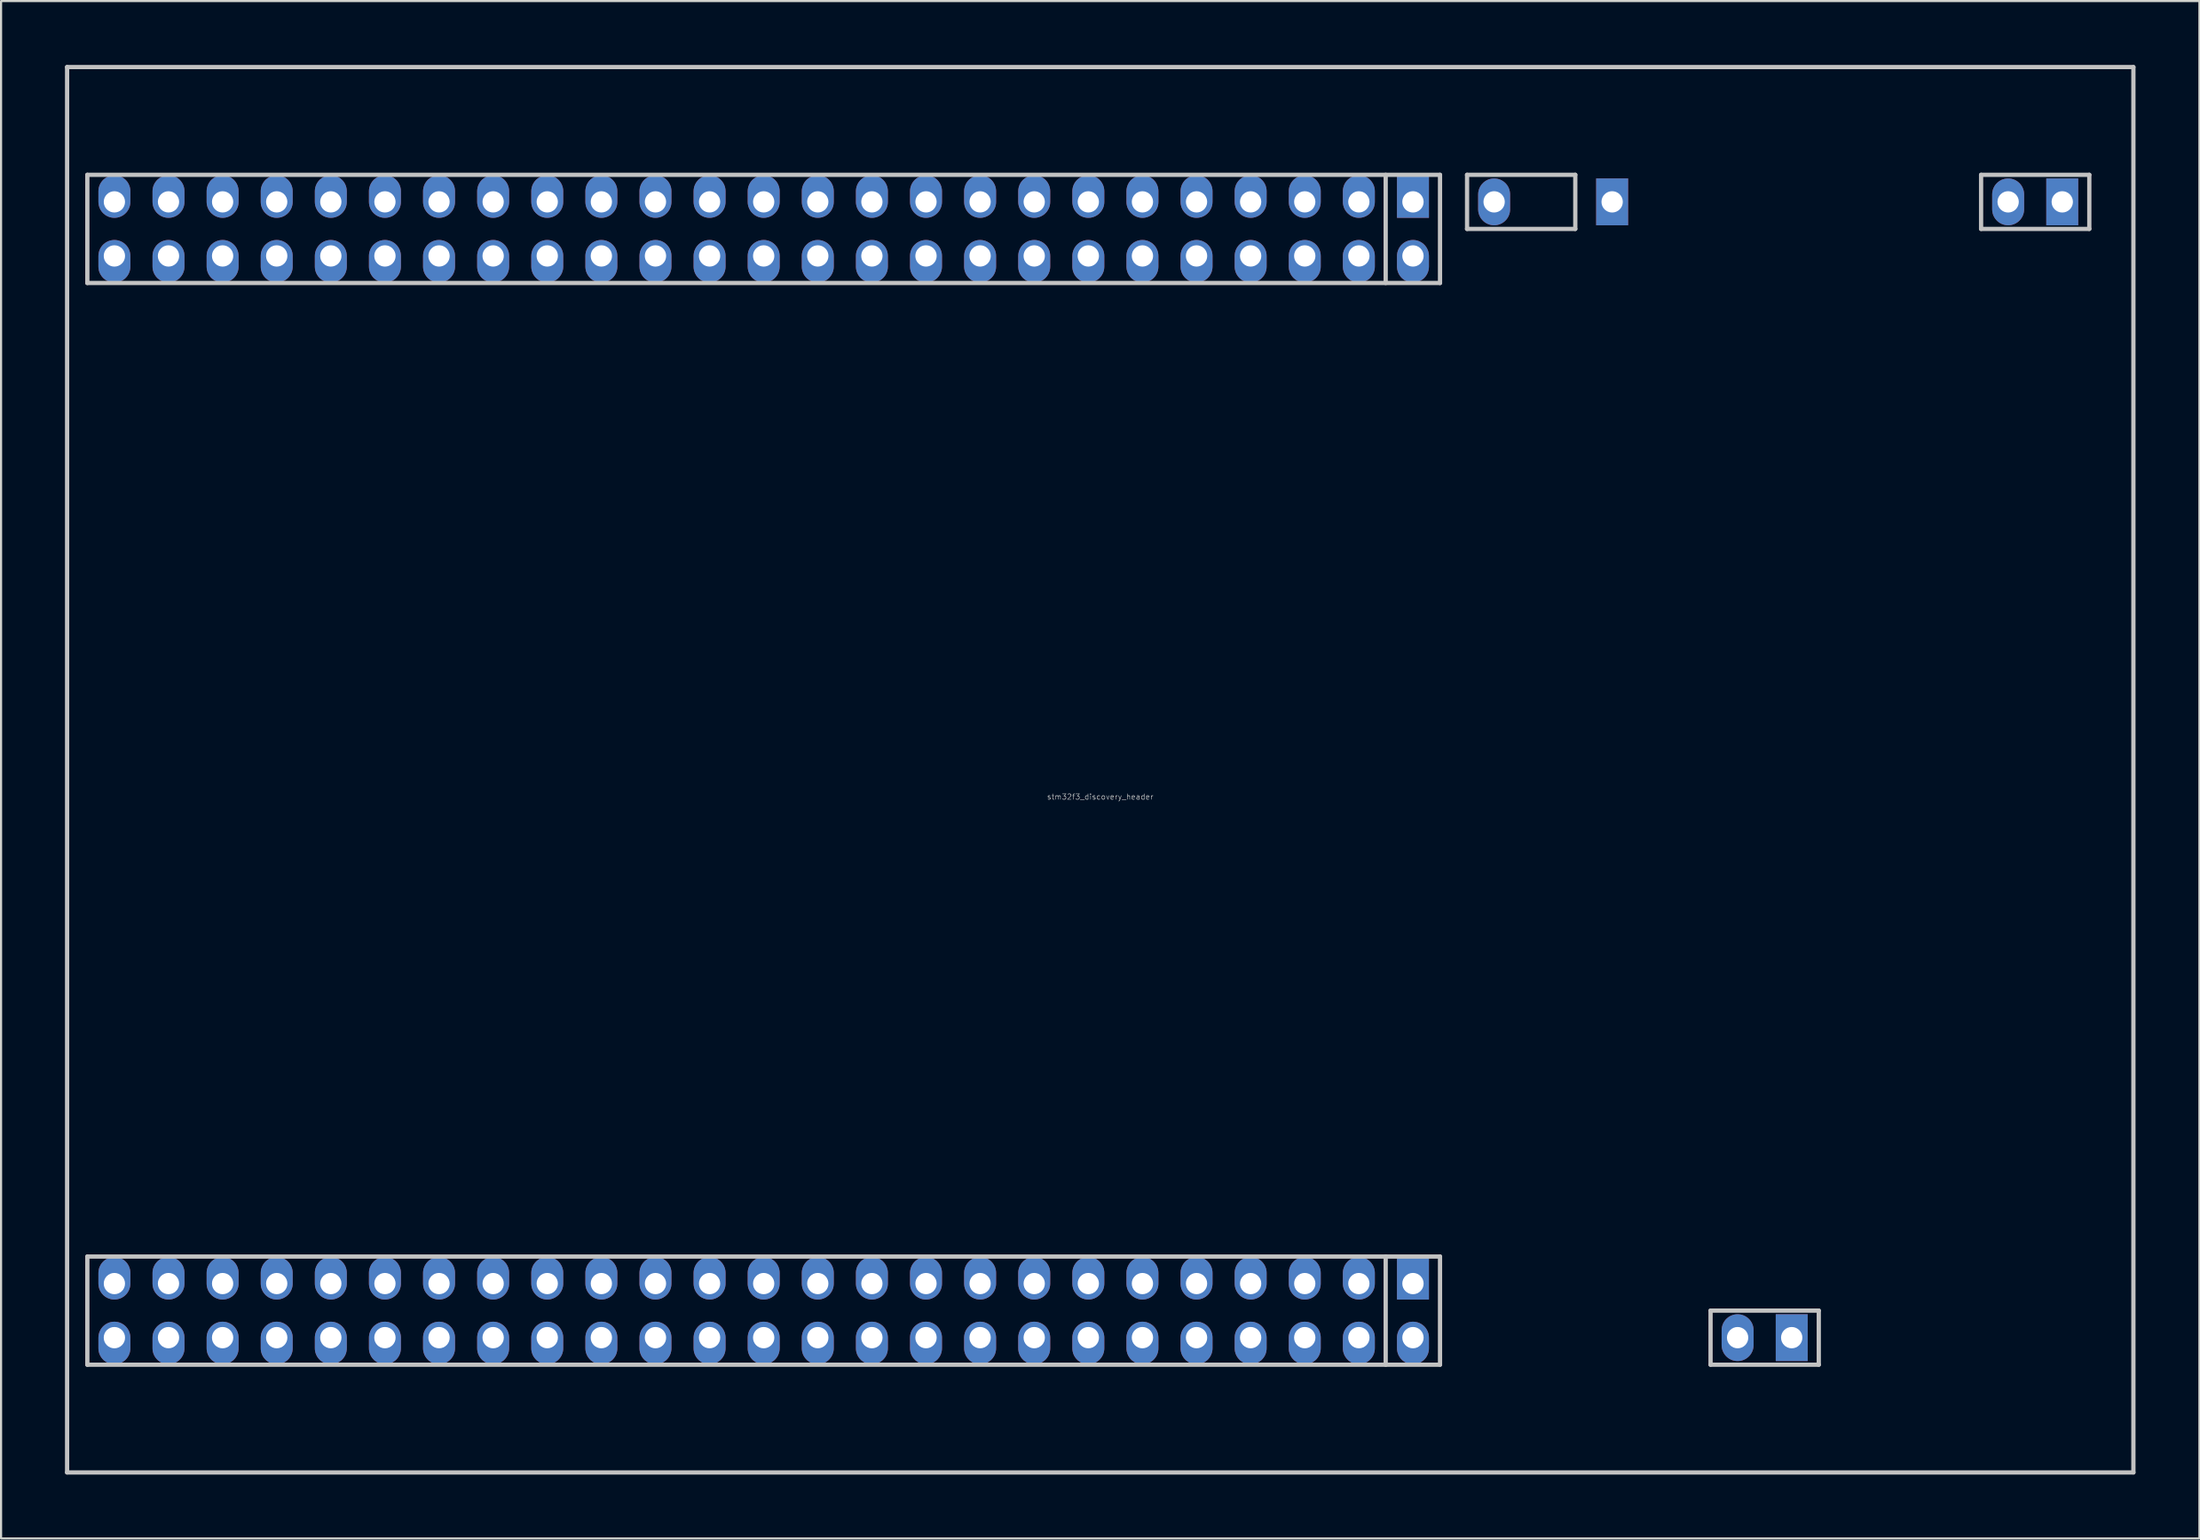
<source format=kicad_pcb>
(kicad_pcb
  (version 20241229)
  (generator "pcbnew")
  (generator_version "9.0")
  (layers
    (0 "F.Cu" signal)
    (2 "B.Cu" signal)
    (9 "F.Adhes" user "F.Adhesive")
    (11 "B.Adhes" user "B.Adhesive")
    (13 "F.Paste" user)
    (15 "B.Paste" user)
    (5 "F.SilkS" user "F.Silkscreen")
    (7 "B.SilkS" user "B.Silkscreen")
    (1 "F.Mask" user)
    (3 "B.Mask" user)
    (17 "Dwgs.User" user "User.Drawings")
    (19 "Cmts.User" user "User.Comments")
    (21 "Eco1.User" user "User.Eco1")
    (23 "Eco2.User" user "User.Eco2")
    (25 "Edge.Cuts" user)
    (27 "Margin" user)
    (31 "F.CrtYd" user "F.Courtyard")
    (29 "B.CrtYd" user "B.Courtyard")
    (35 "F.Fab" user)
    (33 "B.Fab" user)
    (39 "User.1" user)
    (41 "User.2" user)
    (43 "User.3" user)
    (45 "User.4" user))
  (footprint "stm32f3_discovery_header"
    (layer "F.Cu")
    (at 48.6 33.1)
    (property "Reference" "stm32f3_discovery_header" (at 0 1.27 0) (layer "Dwgs.User") (effects (font (size 0.254 0.254) (thickness 0.025))))
    (attr through_hole)
    (fp_line (start -48.5 33) (end -48.5 -33) (stroke (width 0.2) (type solid)) (layer "Dwgs.User"))
    (fp_line (start -48.5 33) (end 48.5 33) (stroke (width 0.2) (type solid)) (layer "Dwgs.User"))
    (fp_line (start -47.55 -27.94) (end -47.55 -22.86) (stroke (width 0.2) (type solid)) (layer "Dwgs.User"))
    (fp_line (start -47.55 -27.94) (end 15.95 -27.94) (stroke (width 0.2) (type solid)) (layer "Dwgs.User"))
    (fp_line (start -47.55 -22.86) (end 15.95 -22.86) (stroke (width 0.2) (type solid)) (layer "Dwgs.User"))
    (fp_line (start -47.55 22.86) (end -47.55 27.94) (stroke (width 0.2) (type solid)) (layer "Dwgs.User"))
    (fp_line (start -47.55 22.86) (end 15.95 22.86) (stroke (width 0.2) (type solid)) (layer "Dwgs.User"))
    (fp_line (start -47.55 27.94) (end 15.95 27.94) (stroke (width 0.2) (type solid)) (layer "Dwgs.User"))
    (fp_line (start 13.399 -27.94) (end 13.399 -22.86) (stroke (width 0.2) (type solid)) (layer "Dwgs.User"))
    (fp_line (start 13.399 22.86) (end 13.399 27.94) (stroke (width 0.2) (type solid)) (layer "Dwgs.User"))
    (fp_line (start 15.95 -27.94) (end 15.95 -22.86) (stroke (width 0.2) (type solid)) (layer "Dwgs.User"))
    (fp_line (start 15.95 22.86) (end 15.95 27.94) (stroke (width 0.2) (type solid)) (layer "Dwgs.User"))
    (fp_line (start 17.22 -27.94) (end 17.22 -25.4) (stroke (width 0.2) (type solid)) (layer "Dwgs.User"))
    (fp_line (start 17.22 -25.4) (end 22.3 -25.4) (stroke (width 0.2) (type solid)) (layer "Dwgs.User"))
    (fp_line (start 22.3 -27.94) (end 17.22 -27.94) (stroke (width 0.2) (type solid)) (layer "Dwgs.User"))
    (fp_line (start 22.3 -25.4) (end 22.3 -27.94) (stroke (width 0.2) (type solid)) (layer "Dwgs.User"))
    (fp_line (start 28.65 25.4) (end 28.65 27.94) (stroke (width 0.2) (type solid)) (layer "Dwgs.User"))
    (fp_line (start 28.65 27.94) (end 33.73 27.94) (stroke (width 0.2) (type solid)) (layer "Dwgs.User"))
    (fp_line (start 33.73 25.4) (end 28.65 25.4) (stroke (width 0.2) (type solid)) (layer "Dwgs.User"))
    (fp_line (start 33.73 27.94) (end 33.73 25.4) (stroke (width 0.2) (type solid)) (layer "Dwgs.User"))
    (fp_line (start 41.35 -27.94) (end 41.35 -25.4) (stroke (width 0.2) (type solid)) (layer "Dwgs.User"))
    (fp_line (start 41.35 -25.4) (end 46.43 -25.4) (stroke (width 0.2) (type solid)) (layer "Dwgs.User"))
    (fp_line (start 46.43 -27.94) (end 41.35 -27.94) (stroke (width 0.2) (type solid)) (layer "Dwgs.User"))
    (fp_line (start 46.43 -25.4) (end 46.43 -27.94) (stroke (width 0.2) (type solid)) (layer "Dwgs.User"))
    (fp_line (start 48.5 -33) (end -48.5 -33) (stroke (width 0.2) (type solid)) (layer "Dwgs.User"))
    (fp_line (start 48.5 33) (end 48.5 -33) (stroke (width 0.2) (type solid)) (layer "Dwgs.User"))
    (pad "1" thru_hole rect (at 14.68 -26.67) (size 1.5 2) (drill 1.001 (offset 0 -0.25)) (layers "*.Cu" "*.Mask"))
    (pad "2" thru_hole oval (at 14.68 -24.13) (size 1.5 2) (drill 1.001 (offset 0 0.25)) (layers "*.Cu" "*.Mask"))
    (pad "3" thru_hole oval (at 12.14 -26.67) (size 1.5 2) (drill 0.998 (offset 0 -0.25)) (layers "*.Cu" "*.Mask"))
    (pad "3" thru_hole oval (at 42.62 -26.67) (size 1.5 2.2) (drill 1.001) (layers "*.Cu" "*.Mask"))
    (pad "3" thru_hole rect (at 45.16 -26.67) (size 1.5 2.2) (drill 1.001) (layers "*.Cu" "*.Mask"))
    (pad "4" thru_hole oval (at 12.14 -24.13) (size 1.5 2) (drill 1.001 (offset 0 0.25)) (layers "*.Cu" "*.Mask"))
    (pad "5" thru_hole oval (at 9.6 -26.67) (size 1.5 2) (drill 0.998 (offset 0 -0.25)) (layers "*.Cu" "*.Mask"))
    (pad "6" thru_hole oval (at 9.6 -24.13) (size 1.5 2) (drill 1.001 (offset 0 0.25)) (layers "*.Cu" "*.Mask"))
    (pad "7" thru_hole oval (at 7.06 -26.67) (size 1.5 2) (drill 0.998 (offset 0 -0.25)) (layers "*.Cu" "*.Mask"))
    (pad "8" thru_hole oval (at 7.06 -24.13) (size 1.5 2) (drill 1.001 (offset 0 0.25)) (layers "*.Cu" "*.Mask"))
    (pad "9" thru_hole oval (at 4.52 -26.67) (size 1.5 2) (drill 0.998 (offset 0 -0.25)) (layers "*.Cu" "*.Mask"))
    (pad "10" thru_hole oval (at 4.52 -24.13) (size 1.5 2) (drill 1.001 (offset 0 0.25)) (layers "*.Cu" "*.Mask"))
    (pad "11" thru_hole oval (at 1.98 -26.67) (size 1.5 2) (drill 0.998 (offset 0 -0.25)) (layers "*.Cu" "*.Mask"))
    (pad "12" thru_hole oval (at 1.98 -24.13) (size 1.5 2) (drill 1.001 (offset 0 0.25)) (layers "*.Cu" "*.Mask"))
    (pad "13" thru_hole oval (at -0.56 -26.67) (size 1.5 2) (drill 0.998 (offset 0 -0.25)) (layers "*.Cu" "*.Mask"))
    (pad "14" thru_hole oval (at -0.56 -24.13) (size 1.5 2) (drill 1.001 (offset 0 0.25)) (layers "*.Cu" "*.Mask"))
    (pad "15" thru_hole oval (at -3.1 -26.67) (size 1.5 2) (drill 0.998 (offset 0 -0.25)) (layers "*.Cu" "*.Mask"))
    (pad "16" thru_hole oval (at -3.1 -24.13) (size 1.5 2) (drill 1.001 (offset 0 0.25)) (layers "*.Cu" "*.Mask"))
    (pad "17" thru_hole oval (at -5.64 -26.67) (size 1.5 2) (drill 0.998 (offset 0 -0.25)) (layers "*.Cu" "*.Mask"))
    (pad "18" thru_hole oval (at -5.64 -24.13) (size 1.5 2) (drill 1.001 (offset 0 0.25)) (layers "*.Cu" "*.Mask"))
    (pad "19" thru_hole oval (at -8.18 -26.67) (size 1.5 2) (drill 0.998 (offset 0 -0.25)) (layers "*.Cu" "*.Mask"))
    (pad "20" thru_hole oval (at -8.18 -24.13) (size 1.5 2) (drill 1.001 (offset 0 0.25)) (layers "*.Cu" "*.Mask"))
    (pad "21" thru_hole oval (at -10.72 -26.67) (size 1.5 2) (drill 0.998 (offset 0 -0.25)) (layers "*.Cu" "*.Mask"))
    (pad "22" thru_hole oval (at -10.72 -24.13) (size 1.5 2) (drill 1.001 (offset 0 0.25)) (layers "*.Cu" "*.Mask"))
    (pad "23" thru_hole oval (at -13.26 -26.67) (size 1.5 2) (drill 0.998 (offset 0 -0.25)) (layers "*.Cu" "*.Mask"))
    (pad "24" thru_hole oval (at -13.26 -24.13) (size 1.5 2) (drill 1.001 (offset 0 0.25)) (layers "*.Cu" "*.Mask"))
    (pad "25" thru_hole oval (at -15.8 -26.67) (size 1.5 2) (drill 0.998 (offset 0 -0.25)) (layers "*.Cu" "*.Mask"))
    (pad "26" thru_hole oval (at -15.8 -24.13) (size 1.5 2) (drill 1.001 (offset 0 0.25)) (layers "*.Cu" "*.Mask"))
    (pad "27" thru_hole oval (at -18.34 -26.67) (size 1.5 2) (drill 0.998 (offset 0 -0.25)) (layers "*.Cu" "*.Mask"))
    (pad "28" thru_hole oval (at -18.34 -24.13) (size 1.5 2) (drill 1.001 (offset 0 0.25)) (layers "*.Cu" "*.Mask"))
    (pad "29" thru_hole oval (at -20.88 -26.67) (size 1.5 2) (drill 0.998 (offset 0 -0.25)) (layers "*.Cu" "*.Mask"))
    (pad "30" thru_hole oval (at -20.88 -24.13) (size 1.5 2) (drill 1.001 (offset 0 0.25)) (layers "*.Cu" "*.Mask"))
    (pad "31" thru_hole oval (at -23.42 -26.67) (size 1.5 2) (drill 0.998 (offset 0 -0.25)) (layers "*.Cu" "*.Mask"))
    (pad "32" thru_hole oval (at -23.42 -24.13) (size 1.5 2) (drill 1.001 (offset 0 0.25)) (layers "*.Cu" "*.Mask"))
    (pad "33" thru_hole oval (at -25.96 -26.67) (size 1.5 2) (drill 0.998 (offset 0 -0.25)) (layers "*.Cu" "*.Mask"))
    (pad "34" thru_hole oval (at -25.96 -24.13) (size 1.5 2) (drill 1.001 (offset 0 0.25)) (layers "*.Cu" "*.Mask"))
    (pad "35" thru_hole oval (at -28.5 -26.67) (size 1.5 2) (drill 0.998 (offset 0 -0.25)) (layers "*.Cu" "*.Mask"))
    (pad "36" thru_hole oval (at -28.5 -24.13) (size 1.5 2) (drill 1.001 (offset 0 0.25)) (layers "*.Cu" "*.Mask"))
    (pad "37" thru_hole oval (at -31.04 -26.67) (size 1.5 2) (drill 0.998 (offset 0 -0.25)) (layers "*.Cu" "*.Mask"))
    (pad "38" thru_hole oval (at -31.04 -24.13) (size 1.5 2) (drill 1.001 (offset 0 0.25)) (layers "*.Cu" "*.Mask"))
    (pad "39" thru_hole oval (at -33.58 -26.67) (size 1.5 2) (drill 0.998 (offset 0 -0.25)) (layers "*.Cu" "*.Mask"))
    (pad "40" thru_hole oval (at -33.58 -24.13) (size 1.5 2) (drill 1.001 (offset 0 0.25)) (layers "*.Cu" "*.Mask"))
    (pad "41" thru_hole oval (at -36.12 -26.67) (size 1.5 2) (drill 0.998 (offset 0 -0.25)) (layers "*.Cu" "*.Mask"))
    (pad "42" thru_hole oval (at -36.12 -24.13) (size 1.5 2) (drill 1.001 (offset 0 0.25)) (layers "*.Cu" "*.Mask"))
    (pad "43" thru_hole oval (at -38.66 -26.67) (size 1.5 2) (drill 0.998 (offset 0 -0.25)) (layers "*.Cu" "*.Mask"))
    (pad "44" thru_hole oval (at -38.66 -24.13) (size 1.5 2) (drill 1.001 (offset 0 0.25)) (layers "*.Cu" "*.Mask"))
    (pad "45" thru_hole oval (at -41.2 -26.67) (size 1.5 2) (drill 0.998 (offset 0 -0.25)) (layers "*.Cu" "*.Mask"))
    (pad "46" thru_hole oval (at -41.2 -24.13) (size 1.5 2) (drill 1.001 (offset 0 0.25)) (layers "*.Cu" "*.Mask"))
    (pad "47" thru_hole oval (at -43.74 -26.67) (size 1.5 2) (drill 0.998 (offset 0 -0.25)) (layers "*.Cu" "*.Mask"))
    (pad "48" thru_hole oval (at -43.74 -24.13) (size 1.5 2) (drill 1.001 (offset 0 0.25)) (layers "*.Cu" "*.Mask"))
    (pad "49" thru_hole oval (at -46.28 -26.67) (size 1.5 2) (drill 0.998 (offset 0 -0.25)) (layers "*.Cu" "*.Mask"))
    (pad "49" thru_hole rect (at 24.03 -26.67) (size 1.5 2.2) (drill 1.001) (layers "*.Cu" "*.Mask"))
    (pad "50" thru_hole oval (at -46.28 -24.13) (size 1.5 2) (drill 1.001 (offset 0 0.25)) (layers "*.Cu" "*.Mask"))
    (pad "50" thru_hole oval (at 18.49 -26.67) (size 1.5 2.2) (drill 1.001) (layers "*.Cu" "*.Mask"))
    (pad "51" thru_hole oval (at -46.28 24.13) (size 1.5 2) (drill 0.998 (offset 0 -0.25)) (layers "*.Cu" "*.Mask"))
    (pad "51" thru_hole rect (at 32.46 26.67) (size 1.5 2.2) (drill 1.001) (layers "*.Cu" "*.Mask"))
    (pad "52" thru_hole oval (at -46.28 26.67) (size 1.5 2) (drill 1.001 (offset 0 0.25)) (layers "*.Cu" "*.Mask"))
    (pad "52" thru_hole oval (at 29.92 26.67) (size 1.5 2.2) (drill 1.001) (layers "*.Cu" "*.Mask"))
    (pad "53" thru_hole oval (at -43.74 24.13) (size 1.5 2) (drill 0.998 (offset 0 -0.25)) (layers "*.Cu" "*.Mask"))
    (pad "54" thru_hole oval (at -43.74 26.67) (size 1.5 2) (drill 1.001 (offset 0 0.25)) (layers "*.Cu" "*.Mask"))
    (pad "55" thru_hole oval (at -41.2 24.13) (size 1.5 2) (drill 0.998 (offset 0 -0.25)) (layers "*.Cu" "*.Mask"))
    (pad "56" thru_hole oval (at -41.2 26.67) (size 1.5 2) (drill 1.001 (offset 0 0.25)) (layers "*.Cu" "*.Mask"))
    (pad "57" thru_hole oval (at -38.66 24.13) (size 1.5 2) (drill 0.998 (offset 0 -0.25)) (layers "*.Cu" "*.Mask"))
    (pad "58" thru_hole oval (at -38.66 26.67) (size 1.5 2) (drill 1.001 (offset 0 0.25)) (layers "*.Cu" "*.Mask"))
    (pad "59" thru_hole oval (at -36.12 24.13) (size 1.5 2) (drill 0.998 (offset 0 -0.25)) (layers "*.Cu" "*.Mask"))
    (pad "60" thru_hole oval (at -36.12 26.67) (size 1.5 2) (drill 1.001 (offset 0 0.25)) (layers "*.Cu" "*.Mask"))
    (pad "61" thru_hole oval (at -33.58 24.13) (size 1.5 2) (drill 0.998 (offset 0 -0.25)) (layers "*.Cu" "*.Mask"))
    (pad "62" thru_hole oval (at -33.58 26.67) (size 1.5 2) (drill 1.001 (offset 0 0.25)) (layers "*.Cu" "*.Mask"))
    (pad "63" thru_hole oval (at -31.04 24.13) (size 1.5 2) (drill 0.998 (offset 0 -0.25)) (layers "*.Cu" "*.Mask"))
    (pad "64" thru_hole oval (at -31.04 26.67) (size 1.5 2) (drill 1.001 (offset 0 0.25)) (layers "*.Cu" "*.Mask"))
    (pad "65" thru_hole oval (at -28.5 24.13) (size 1.5 2) (drill 0.998 (offset 0 -0.25)) (layers "*.Cu" "*.Mask"))
    (pad "66" thru_hole oval (at -28.5 26.67) (size 1.5 2) (drill 1.001 (offset 0 0.25)) (layers "*.Cu" "*.Mask"))
    (pad "67" thru_hole oval (at -25.96 24.13) (size 1.5 2) (drill 0.998 (offset 0 -0.25)) (layers "*.Cu" "*.Mask"))
    (pad "68" thru_hole oval (at -25.96 26.67) (size 1.5 2) (drill 1.001 (offset 0 0.25)) (layers "*.Cu" "*.Mask"))
    (pad "69" thru_hole oval (at -23.42 24.13) (size 1.5 2) (drill 0.998 (offset 0 -0.25)) (layers "*.Cu" "*.Mask"))
    (pad "70" thru_hole oval (at -23.42 26.67) (size 1.5 2) (drill 1.001 (offset 0 0.25)) (layers "*.Cu" "*.Mask"))
    (pad "71" thru_hole oval (at -20.88 24.13) (size 1.5 2) (drill 0.998 (offset 0 -0.25)) (layers "*.Cu" "*.Mask"))
    (pad "72" thru_hole oval (at -20.88 26.67) (size 1.5 2) (drill 1.001 (offset 0 0.25)) (layers "*.Cu" "*.Mask"))
    (pad "73" thru_hole oval (at -18.34 24.13) (size 1.5 2) (drill 0.998 (offset 0 -0.25)) (layers "*.Cu" "*.Mask"))
    (pad "74" thru_hole oval (at -18.34 26.67) (size 1.5 2) (drill 1.001 (offset 0 0.25)) (layers "*.Cu" "*.Mask"))
    (pad "75" thru_hole oval (at -15.8 24.13) (size 1.5 2) (drill 0.998 (offset 0 -0.25)) (layers "*.Cu" "*.Mask"))
    (pad "76" thru_hole oval (at -15.8 26.67) (size 1.5 2) (drill 1.001 (offset 0 0.25)) (layers "*.Cu" "*.Mask"))
    (pad "77" thru_hole oval (at -13.26 24.13) (size 1.5 2) (drill 0.998 (offset 0 -0.25)) (layers "*.Cu" "*.Mask"))
    (pad "78" thru_hole oval (at -13.26 26.67) (size 1.5 2) (drill 1.001 (offset 0 0.25)) (layers "*.Cu" "*.Mask"))
    (pad "79" thru_hole oval (at -10.72 24.13) (size 1.5 2) (drill 0.998 (offset 0 -0.25)) (layers "*.Cu" "*.Mask"))
    (pad "80" thru_hole oval (at -10.72 26.67) (size 1.5 2) (drill 1.001 (offset 0 0.25)) (layers "*.Cu" "*.Mask"))
    (pad "81" thru_hole oval (at -8.18 24.13) (size 1.5 2) (drill 0.998 (offset 0 -0.25)) (layers "*.Cu" "*.Mask"))
    (pad "82" thru_hole oval (at -8.18 26.67) (size 1.5 2) (drill 1.001 (offset 0 0.25)) (layers "*.Cu" "*.Mask"))
    (pad "83" thru_hole oval (at -5.64 24.13) (size 1.5 2) (drill 0.998 (offset 0 -0.25)) (layers "*.Cu" "*.Mask"))
    (pad "84" thru_hole oval (at -5.64 26.67) (size 1.5 2) (drill 1.001 (offset 0 0.25)) (layers "*.Cu" "*.Mask"))
    (pad "85" thru_hole oval (at -3.1 24.13) (size 1.5 2) (drill 0.998 (offset 0 -0.25)) (layers "*.Cu" "*.Mask"))
    (pad "86" thru_hole oval (at -3.1 26.67) (size 1.5 2) (drill 1.001 (offset 0 0.25)) (layers "*.Cu" "*.Mask"))
    (pad "87" thru_hole oval (at -0.56 24.13) (size 1.5 2) (drill 0.998 (offset 0 -0.25)) (layers "*.Cu" "*.Mask"))
    (pad "88" thru_hole oval (at -0.56 26.67) (size 1.5 2) (drill 1.001 (offset 0 0.25)) (layers "*.Cu" "*.Mask"))
    (pad "89" thru_hole oval (at 1.98 24.13) (size 1.5 2) (drill 0.998 (offset 0 -0.25)) (layers "*.Cu" "*.Mask"))
    (pad "90" thru_hole oval (at 1.98 26.67) (size 1.5 2) (drill 1.001 (offset 0 0.25)) (layers "*.Cu" "*.Mask"))
    (pad "91" thru_hole oval (at 4.52 24.13) (size 1.5 2) (drill 0.998 (offset 0 -0.25)) (layers "*.Cu" "*.Mask"))
    (pad "92" thru_hole oval (at 4.52 26.67) (size 1.5 2) (drill 1.001 (offset 0 0.25)) (layers "*.Cu" "*.Mask"))
    (pad "93" thru_hole oval (at 7.06 24.13) (size 1.5 2) (drill 0.998 (offset 0 -0.25)) (layers "*.Cu" "*.Mask"))
    (pad "94" thru_hole oval (at 7.06 26.67) (size 1.5 2) (drill 1.001 (offset 0 0.25)) (layers "*.Cu" "*.Mask"))
    (pad "95" thru_hole oval (at 9.6 24.13) (size 1.5 2) (drill 0.998 (offset 0 -0.25)) (layers "*.Cu" "*.Mask"))
    (pad "96" thru_hole oval (at 9.6 26.67) (size 1.5 2) (drill 1.001 (offset 0 0.25)) (layers "*.Cu" "*.Mask"))
    (pad "97" thru_hole oval (at 12.14 24.13) (size 1.5 2) (drill 0.998 (offset 0 -0.25)) (layers "*.Cu" "*.Mask"))
    (pad "98" thru_hole oval (at 12.14 26.67) (size 1.5 2) (drill 1.001 (offset 0 0.25)) (layers "*.Cu" "*.Mask"))
    (pad "99" thru_hole rect (at 14.68 24.13) (size 1.5 2) (drill 1.001 (offset 0 -0.25)) (layers "*.Cu" "*.Mask"))
    (pad "100" thru_hole oval (at 14.68 26.67) (size 1.5 2) (drill 1.001 (offset 0 0.25)) (layers "*.Cu" "*.Mask")))
  (gr_rect
    (start -3 -3)
    (end 100.2 69.2)
    (stroke (width 0.1) (type default))
    (fill no)
    (layer "Edge.Cuts")))
</source>
